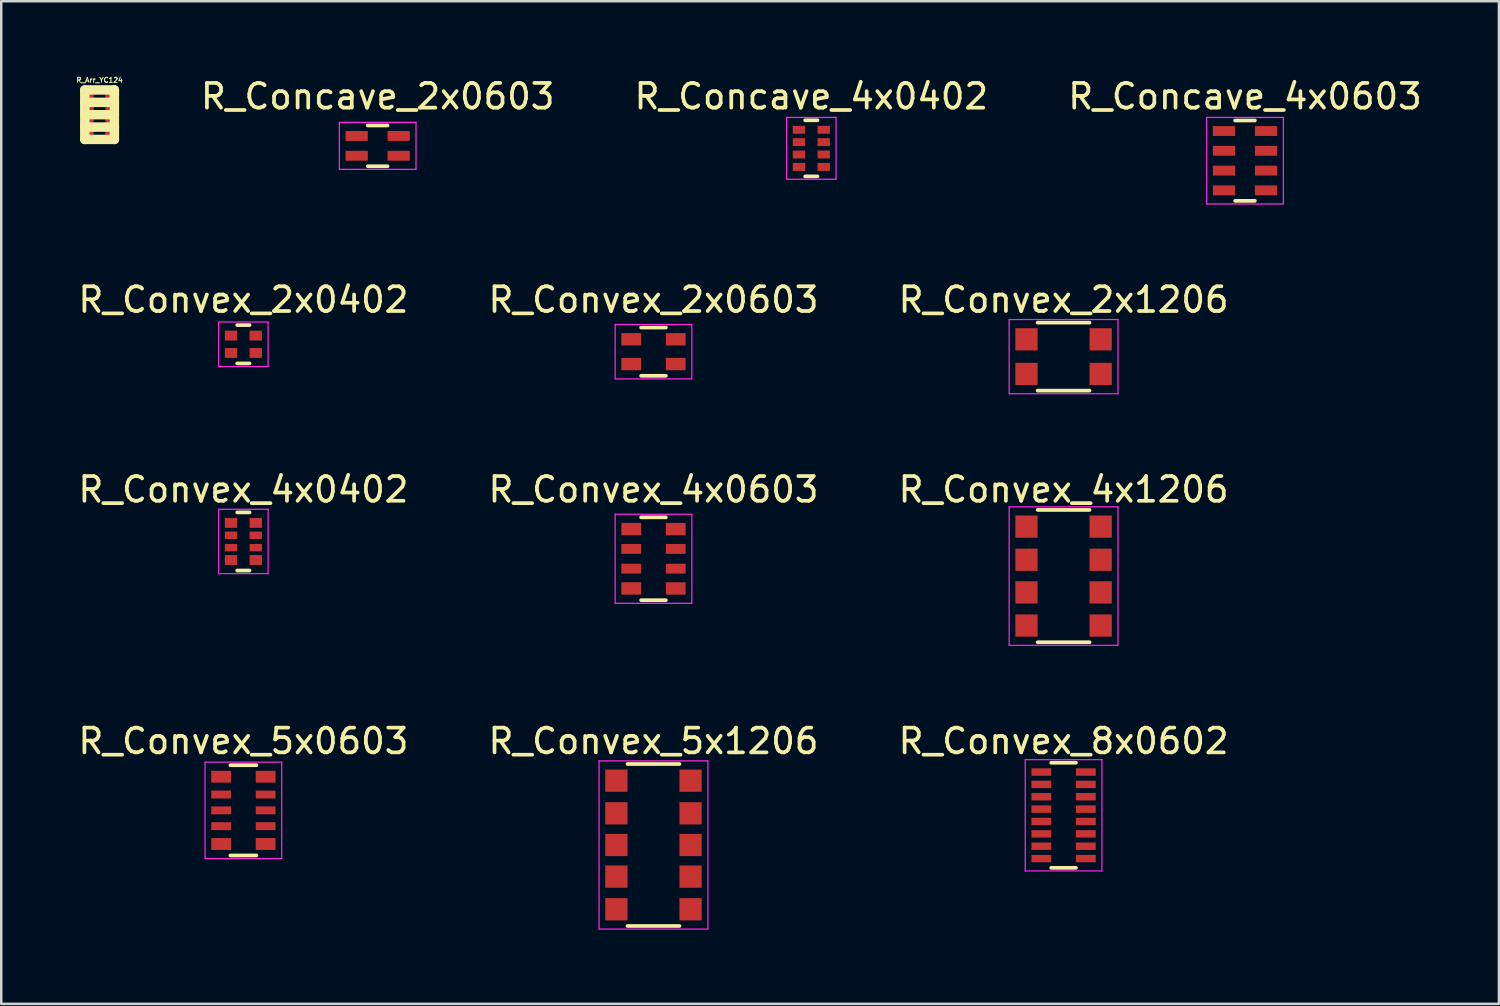
<source format=kicad_pcb>
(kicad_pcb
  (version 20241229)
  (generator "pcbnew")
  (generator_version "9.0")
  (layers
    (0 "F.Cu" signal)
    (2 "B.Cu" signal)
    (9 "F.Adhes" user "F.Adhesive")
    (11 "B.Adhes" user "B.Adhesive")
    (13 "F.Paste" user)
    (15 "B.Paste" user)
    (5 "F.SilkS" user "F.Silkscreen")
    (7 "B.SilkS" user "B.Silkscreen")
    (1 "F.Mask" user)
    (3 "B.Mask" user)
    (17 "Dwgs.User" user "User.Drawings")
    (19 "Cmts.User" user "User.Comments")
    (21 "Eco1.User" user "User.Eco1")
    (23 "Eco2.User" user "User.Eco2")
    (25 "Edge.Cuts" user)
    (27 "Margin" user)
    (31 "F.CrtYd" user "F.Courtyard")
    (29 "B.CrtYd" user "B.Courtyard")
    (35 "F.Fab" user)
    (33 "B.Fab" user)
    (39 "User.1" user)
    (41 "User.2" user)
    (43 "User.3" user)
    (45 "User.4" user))
  (footprint "R_Convex_5x0603"
    (layer "F.Cu")
    (at 6.792 29.718)
    (property "Reference" "R_Convex_5x0603" (at 0 -2.8 0) (layer "F.SilkS") (effects (font (size 1 1) (thickness 0.15))))
    (attr smd)
    (fp_line (start 0.525 -1.825) (end -0.525 -1.825) (stroke (width 0.15) (type solid)) (layer "F.SilkS"))
    (fp_line (start 0.525 1.825) (end -0.525 1.825) (stroke (width 0.15) (type solid)) (layer "F.SilkS"))
    (fp_line (start -1.55 -1.95) (end -1.55 1.95) (stroke (width 0.05) (type solid)) (layer "F.CrtYd"))
    (fp_line (start -1.55 -1.95) (end 1.55 -1.95) (stroke (width 0.05) (type solid)) (layer "F.CrtYd"))
    (fp_line (start -1.55 1.95) (end 1.55 1.95) (stroke (width 0.05) (type solid)) (layer "F.CrtYd"))
    (fp_line (start 1.55 -1.95) (end 1.55 1.95) (stroke (width 0.05) (type solid)) (layer "F.CrtYd"))
    (pad "1" smd rect (at -0.9 -1.36) (size 0.8 0.48) (layers "F.Cu" "F.Mask" "F.Paste"))
    (pad "2" smd rect (at -0.9 -0.64) (size 0.8 0.32) (layers "F.Cu" "F.Mask" "F.Paste"))
    (pad "3" smd rect (at -0.9 0) (size 0.8 0.32) (layers "F.Cu" "F.Mask" "F.Paste"))
    (pad "4" smd rect (at -0.9 0.64) (size 0.8 0.32) (layers "F.Cu" "F.Mask" "F.Paste"))
    (pad "5" smd rect (at -0.9 1.36) (size 0.8 0.48) (layers "F.Cu" "F.Mask" "F.Paste"))
    (pad "6" smd rect (at 0.9 1.36) (size 0.8 0.48) (layers "F.Cu" "F.Mask" "F.Paste"))
    (pad "7" smd rect (at 0.9 0.64) (size 0.8 0.32) (layers "F.Cu" "F.Mask" "F.Paste"))
    (pad "8" smd rect (at 0.9 0) (size 0.8 0.32) (layers "F.Cu" "F.Mask" "F.Paste"))
    (pad "9" smd rect (at 0.9 -0.64) (size 0.8 0.32) (layers "F.Cu" "F.Mask" "F.Paste"))
    (pad "10" smd rect (at 0.9 -1.36) (size 0.8 0.48) (layers "F.Cu" "F.Mask" "F.Paste")))
  (footprint "R_Arr_YC124"
    (layer "F.Cu")
    (at 0.977 1.588)
    (property "Reference" "R_Arr_YC124" (at 0 -1.4 0) (layer "F.SilkS") (effects (font (size 0.201 0.201) (thickness 0.041))))
    (attr through_hole)
    (fp_line (start -0.599 -1.001) (end 0.599 -1.001) (stroke (width 0.381) (type solid)) (layer "F.SilkS"))
    (fp_line (start -0.599 -0.5) (end 0.599 -0.5) (stroke (width 0.381) (type solid)) (layer "F.SilkS"))
    (fp_line (start -0.599 0) (end 0.599 0) (stroke (width 0.381) (type solid)) (layer "F.SilkS"))
    (fp_line (start -0.599 0.5) (end 0.599 0.5) (stroke (width 0.381) (type solid)) (layer "F.SilkS"))
    (fp_line (start -0.599 1.001) (end -0.599 -1.001) (stroke (width 0.381) (type solid)) (layer "F.SilkS"))
    (fp_line (start 0.599 -1.001) (end 0.599 1.001) (stroke (width 0.381) (type solid)) (layer "F.SilkS"))
    (fp_line (start 0.599 1.001) (end -0.599 1.001) (stroke (width 0.381) (type solid)) (layer "F.SilkS"))
    (pad "1" smd rect (at 0.45 0.8) (size 0.432 0.391) (layers "F.Cu" "F.Mask" "F.Paste"))
    (pad "2" smd rect (at 0.45 0.249) (size 0.432 0.279) (layers "F.Cu" "F.Mask" "F.Paste"))
    (pad "3" smd rect (at 0.45 -0.249) (size 0.432 0.279) (layers "F.Cu" "F.Mask" "F.Paste"))
    (pad "4" smd rect (at 0.45 -0.8) (size 0.432 0.391) (layers "F.Cu" "F.Mask" "F.Paste"))
    (pad "5" smd rect (at -0.45 -0.8) (size 0.432 0.391) (layers "F.Cu" "F.Mask" "F.Paste"))
    (pad "6" smd rect (at -0.45 -0.249) (size 0.432 0.279) (layers "F.Cu" "F.Mask" "F.Paste"))
    (pad "7" smd rect (at -0.45 0.249) (size 0.432 0.279) (layers "F.Cu" "F.Mask" "F.Paste"))
    (pad "8" smd rect (at -0.45 0.8) (size 0.432 0.391) (layers "F.Cu" "F.Mask" "F.Paste")))
  (footprint "R_Convex_5x1206"
    (layer "F.Cu")
    (at 23.375 31.118)
    (property "Reference" "R_Convex_5x1206" (at 0 -4.2 0) (layer "F.SilkS") (effects (font (size 1 1) (thickness 0.15))))
    (attr smd)
    (fp_line (start 1.05 -3.275) (end -1.05 -3.275) (stroke (width 0.15) (type solid)) (layer "F.SilkS"))
    (fp_line (start 1.05 3.275) (end -1.05 3.275) (stroke (width 0.15) (type solid)) (layer "F.SilkS"))
    (fp_line (start -2.2 -3.4) (end -2.2 3.4) (stroke (width 0.05) (type solid)) (layer "F.CrtYd"))
    (fp_line (start -2.2 -3.4) (end 2.2 -3.4) (stroke (width 0.05) (type solid)) (layer "F.CrtYd"))
    (fp_line (start -2.2 3.4) (end 2.2 3.4) (stroke (width 0.05) (type solid)) (layer "F.CrtYd"))
    (fp_line (start 2.2 -3.4) (end 2.2 3.4) (stroke (width 0.05) (type solid)) (layer "F.CrtYd"))
    (pad "1" smd rect (at -1.5 -2.6) (size 0.9 0.9) (layers "F.Cu" "F.Mask" "F.Paste"))
    (pad "2" smd rect (at -1.5 -1.28) (size 0.9 0.9) (layers "F.Cu" "F.Mask" "F.Paste"))
    (pad "3" smd rect (at -1.5 0) (size 0.9 0.9) (layers "F.Cu" "F.Mask" "F.Paste"))
    (pad "4" smd rect (at -1.5 1.28) (size 0.9 0.9) (layers "F.Cu" "F.Mask" "F.Paste"))
    (pad "5" smd rect (at -1.5 2.6) (size 0.9 0.9) (layers "F.Cu" "F.Mask" "F.Paste"))
    (pad "6" smd rect (at 1.5 2.6) (size 0.9 0.9) (layers "F.Cu" "F.Mask" "F.Paste"))
    (pad "7" smd rect (at 1.5 1.28) (size 0.9 0.9) (layers "F.Cu" "F.Mask" "F.Paste"))
    (pad "8" smd rect (at 1.5 0) (size 0.9 0.9) (layers "F.Cu" "F.Mask" "F.Paste"))
    (pad "9" smd rect (at 1.5 -1.28) (size 0.9 0.9) (layers "F.Cu" "F.Mask" "F.Paste"))
    (pad "10" smd rect (at 1.5 -2.6) (size 0.9 0.9) (layers "F.Cu" "F.Mask" "F.Paste")))
  (footprint "R_Convex_2x0402"
    (layer "F.Cu")
    (at 6.792 10.871)
    (property "Reference" "R_Convex_2x0402" (at 0 -1.8 0) (layer "F.SilkS") (effects (font (size 1 1) (thickness 0.15))))
    (attr smd)
    (fp_line (start 0.25 -0.775) (end -0.25 -0.775) (stroke (width 0.15) (type solid)) (layer "F.SilkS"))
    (fp_line (start 0.25 0.775) (end -0.25 0.775) (stroke (width 0.15) (type solid)) (layer "F.SilkS"))
    (fp_line (start -1 -0.9) (end -1 0.9) (stroke (width 0.05) (type solid)) (layer "F.CrtYd"))
    (fp_line (start -1 -0.9) (end 1 -0.9) (stroke (width 0.05) (type solid)) (layer "F.CrtYd"))
    (fp_line (start -1 0.9) (end 1 0.9) (stroke (width 0.05) (type solid)) (layer "F.CrtYd"))
    (fp_line (start 1 -0.9) (end 1 0.9) (stroke (width 0.05) (type solid)) (layer "F.CrtYd"))
    (pad "1" smd rect (at -0.5 -0.35) (size 0.5 0.4) (layers "F.Cu" "F.Mask" "F.Paste"))
    (pad "2" smd rect (at -0.5 0.35) (size 0.5 0.4) (layers "F.Cu" "F.Mask" "F.Paste"))
    (pad "3" smd rect (at 0.5 0.35) (size 0.5 0.4) (layers "F.Cu" "F.Mask" "F.Paste"))
    (pad "4" smd rect (at 0.5 -0.35) (size 0.5 0.4) (layers "F.Cu" "F.Mask" "F.Paste")))
  (footprint "R_Concave_4x0402"
    (layer "F.Cu")
    (at 29.758 2.948)
    (property "Reference" "R_Concave_4x0402" (at 0 -2.1 0) (layer "F.SilkS") (effects (font (size 1 1) (thickness 0.15))))
    (attr smd)
    (fp_line (start 0.25 -1.135) (end -0.25 -1.135) (stroke (width 0.15) (type solid)) (layer "F.SilkS"))
    (fp_line (start 0.25 1.135) (end -0.25 1.135) (stroke (width 0.15) (type solid)) (layer "F.SilkS"))
    (fp_line (start -1 -1.25) (end -1 1.25) (stroke (width 0.05) (type solid)) (layer "F.CrtYd"))
    (fp_line (start -1 -1.25) (end 1 -1.25) (stroke (width 0.05) (type solid)) (layer "F.CrtYd"))
    (fp_line (start -1 1.25) (end 1 1.25) (stroke (width 0.05) (type solid)) (layer "F.CrtYd"))
    (fp_line (start 1 -1.25) (end 1 1.25) (stroke (width 0.05) (type solid)) (layer "F.CrtYd"))
    (pad "1" smd rect (at -0.5 -0.75) (size 0.5 0.32) (layers "F.Cu" "F.Mask" "F.Paste"))
    (pad "2" smd rect (at -0.5 -0.25) (size 0.5 0.32) (layers "F.Cu" "F.Mask" "F.Paste"))
    (pad "3" smd rect (at -0.5 0.25) (size 0.5 0.32) (layers "F.Cu" "F.Mask" "F.Paste"))
    (pad "4" smd rect (at -0.5 0.75) (size 0.5 0.32) (layers "F.Cu" "F.Mask" "F.Paste"))
    (pad "5" smd rect (at 0.5 0.75) (size 0.5 0.32) (layers "F.Cu" "F.Mask" "F.Paste"))
    (pad "6" smd rect (at 0.5 0.25) (size 0.5 0.32) (layers "F.Cu" "F.Mask" "F.Paste"))
    (pad "7" smd rect (at 0.5 -0.25) (size 0.5 0.32) (layers "F.Cu" "F.Mask" "F.Paste"))
    (pad "8" smd rect (at 0.5 -0.75) (size 0.5 0.32) (layers "F.Cu" "F.Mask" "F.Paste")))
  (footprint "R_Convex_4x0402"
    (layer "F.Cu")
    (at 6.792 18.845)
    (property "Reference" "R_Convex_4x0402" (at 0 -2.1 0) (layer "F.SilkS") (effects (font (size 1 1) (thickness 0.15))))
    (attr smd)
    (fp_line (start 0.25 -1.175) (end -0.25 -1.175) (stroke (width 0.15) (type solid)) (layer "F.SilkS"))
    (fp_line (start 0.25 1.175) (end -0.25 1.175) (stroke (width 0.15) (type solid)) (layer "F.SilkS"))
    (fp_line (start -1 -1.3) (end -1 1.3) (stroke (width 0.05) (type solid)) (layer "F.CrtYd"))
    (fp_line (start -1 -1.3) (end 1 -1.3) (stroke (width 0.05) (type solid)) (layer "F.CrtYd"))
    (fp_line (start -1 1.3) (end 1 1.3) (stroke (width 0.05) (type solid)) (layer "F.CrtYd"))
    (fp_line (start 1 -1.3) (end 1 1.3) (stroke (width 0.05) (type solid)) (layer "F.CrtYd"))
    (pad "1" smd rect (at -0.5 -0.75) (size 0.5 0.4) (layers "F.Cu" "F.Mask" "F.Paste"))
    (pad "2" smd rect (at -0.5 -0.25) (size 0.5 0.3) (layers "F.Cu" "F.Mask" "F.Paste"))
    (pad "3" smd rect (at -0.5 0.25) (size 0.5 0.3) (layers "F.Cu" "F.Mask" "F.Paste"))
    (pad "4" smd rect (at -0.5 0.75) (size 0.5 0.4) (layers "F.Cu" "F.Mask" "F.Paste"))
    (pad "5" smd rect (at 0.5 0.75) (size 0.5 0.4) (layers "F.Cu" "F.Mask" "F.Paste"))
    (pad "6" smd rect (at 0.5 0.25) (size 0.5 0.3) (layers "F.Cu" "F.Mask" "F.Paste"))
    (pad "7" smd rect (at 0.5 -0.25) (size 0.5 0.3) (layers "F.Cu" "F.Mask" "F.Paste"))
    (pad "8" smd rect (at 0.5 -0.75) (size 0.5 0.4) (layers "F.Cu" "F.Mask" "F.Paste")))
  (footprint "R_Convex_8x0602"
    (layer "F.Cu")
    (at 39.958 29.918)
    (property "Reference" "R_Convex_8x0602" (at 0 -3 0) (layer "F.SilkS") (effects (font (size 1 1) (thickness 0.15))))
    (attr smd)
    (fp_line (start 0.5 -2.125) (end -0.5 -2.125) (stroke (width 0.15) (type solid)) (layer "F.SilkS"))
    (fp_line (start 0.5 2.125) (end -0.5 2.125) (stroke (width 0.15) (type solid)) (layer "F.SilkS"))
    (fp_line (start -1.55 -2.25) (end -1.55 2.25) (stroke (width 0.05) (type solid)) (layer "F.CrtYd"))
    (fp_line (start -1.55 -2.25) (end 1.55 -2.25) (stroke (width 0.05) (type solid)) (layer "F.CrtYd"))
    (fp_line (start -1.55 2.25) (end 1.55 2.25) (stroke (width 0.05) (type solid)) (layer "F.CrtYd"))
    (fp_line (start 1.55 -2.25) (end 1.55 2.25) (stroke (width 0.05) (type solid)) (layer "F.CrtYd"))
    (pad "1" smd rect (at -0.9 -1.75) (size 0.8 0.3) (layers "F.Cu" "F.Mask" "F.Paste"))
    (pad "2" smd rect (at -0.9 -1.25) (size 0.8 0.3) (layers "F.Cu" "F.Mask" "F.Paste"))
    (pad "3" smd rect (at -0.9 -0.75) (size 0.8 0.3) (layers "F.Cu" "F.Mask" "F.Paste"))
    (pad "4" smd rect (at -0.9 -0.25) (size 0.8 0.3) (layers "F.Cu" "F.Mask" "F.Paste"))
    (pad "5" smd rect (at -0.9 0.25) (size 0.8 0.3) (layers "F.Cu" "F.Mask" "F.Paste"))
    (pad "6" smd rect (at -0.9 0.75) (size 0.8 0.3) (layers "F.Cu" "F.Mask" "F.Paste"))
    (pad "7" smd rect (at -0.9 1.25) (size 0.8 0.3) (layers "F.Cu" "F.Mask" "F.Paste"))
    (pad "8" smd rect (at -0.9 1.75) (size 0.8 0.3) (layers "F.Cu" "F.Mask" "F.Paste"))
    (pad "9" smd rect (at 0.9 1.75) (size 0.8 0.3) (layers "F.Cu" "F.Mask" "F.Paste"))
    (pad "10" smd rect (at 0.9 1.25) (size 0.8 0.3) (layers "F.Cu" "F.Mask" "F.Paste"))
    (pad "11" smd rect (at 0.9 0.75) (size 0.8 0.3) (layers "F.Cu" "F.Mask" "F.Paste"))
    (pad "12" smd rect (at 0.9 0.25) (size 0.8 0.3) (layers "F.Cu" "F.Mask" "F.Paste"))
    (pad "13" smd rect (at 0.9 -0.25) (size 0.8 0.3) (layers "F.Cu" "F.Mask" "F.Paste"))
    (pad "14" smd rect (at 0.9 -0.75) (size 0.8 0.3) (layers "F.Cu" "F.Mask" "F.Paste"))
    (pad "15" smd rect (at 0.9 -1.25) (size 0.8 0.3) (layers "F.Cu" "F.Mask" "F.Paste"))
    (pad "16" smd rect (at 0.9 -1.75) (size 0.8 0.3) (layers "F.Cu" "F.Mask" "F.Paste")))
  (footprint "R_Concave_4x0603"
    (layer "F.Cu")
    (at 47.294 3.448)
    (property "Reference" "R_Concave_4x0603" (at 0 -2.6 0) (layer "F.SilkS") (effects (font (size 1 1) (thickness 0.15))))
    (attr smd)
    (fp_line (start 0.4 -1.625) (end -0.4 -1.625) (stroke (width 0.15) (type solid)) (layer "F.SilkS"))
    (fp_line (start 0.4 1.625) (end -0.4 1.625) (stroke (width 0.15) (type solid)) (layer "F.SilkS"))
    (fp_line (start -1.55 -1.75) (end -1.55 1.75) (stroke (width 0.05) (type solid)) (layer "F.CrtYd"))
    (fp_line (start -1.55 -1.75) (end 1.55 -1.75) (stroke (width 0.05) (type solid)) (layer "F.CrtYd"))
    (fp_line (start -1.55 1.75) (end 1.55 1.75) (stroke (width 0.05) (type solid)) (layer "F.CrtYd"))
    (fp_line (start 1.55 -1.75) (end 1.55 1.75) (stroke (width 0.05) (type solid)) (layer "F.CrtYd"))
    (pad "1" smd rect (at -0.85 -1.2) (size 0.9 0.4) (layers "F.Cu" "F.Mask" "F.Paste"))
    (pad "2" smd rect (at -0.85 -0.4) (size 0.9 0.4) (layers "F.Cu" "F.Mask" "F.Paste"))
    (pad "3" smd rect (at -0.85 0.4) (size 0.9 0.4) (layers "F.Cu" "F.Mask" "F.Paste"))
    (pad "4" smd rect (at -0.85 1.2) (size 0.9 0.4) (layers "F.Cu" "F.Mask" "F.Paste"))
    (pad "5" smd rect (at 0.85 1.2) (size 0.9 0.4) (layers "F.Cu" "F.Mask" "F.Paste"))
    (pad "6" smd rect (at 0.85 0.4) (size 0.9 0.4) (layers "F.Cu" "F.Mask" "F.Paste"))
    (pad "7" smd rect (at 0.85 -0.4) (size 0.9 0.4) (layers "F.Cu" "F.Mask" "F.Paste"))
    (pad "8" smd rect (at 0.85 -1.2) (size 0.9 0.4) (layers "F.Cu" "F.Mask" "F.Paste")))
  (footprint "R_Convex_2x0603"
    (layer "F.Cu")
    (at 23.375 11.171)
    (property "Reference" "R_Convex_2x0603" (at 0 -2.1 0) (layer "F.SilkS") (effects (font (size 1 1) (thickness 0.15))))
    (attr smd)
    (fp_line (start 0.5 -0.975) (end -0.5 -0.975) (stroke (width 0.15) (type solid)) (layer "F.SilkS"))
    (fp_line (start 0.5 0.975) (end -0.5 0.975) (stroke (width 0.15) (type solid)) (layer "F.SilkS"))
    (fp_line (start -1.55 -1.1) (end -1.55 1.1) (stroke (width 0.05) (type solid)) (layer "F.CrtYd"))
    (fp_line (start -1.55 -1.1) (end 1.55 -1.1) (stroke (width 0.05) (type solid)) (layer "F.CrtYd"))
    (fp_line (start -1.55 1.1) (end 1.55 1.1) (stroke (width 0.05) (type solid)) (layer "F.CrtYd"))
    (fp_line (start 1.55 -1.1) (end 1.55 1.1) (stroke (width 0.05) (type solid)) (layer "F.CrtYd"))
    (pad "1" smd rect (at -0.9 -0.5) (size 0.8 0.5) (layers "F.Cu" "F.Mask" "F.Paste"))
    (pad "2" smd rect (at -0.9 0.5) (size 0.8 0.5) (layers "F.Cu" "F.Mask" "F.Paste"))
    (pad "3" smd rect (at 0.9 0.5) (size 0.8 0.5) (layers "F.Cu" "F.Mask" "F.Paste"))
    (pad "4" smd rect (at 0.9 -0.5) (size 0.8 0.5) (layers "F.Cu" "F.Mask" "F.Paste")))
  (footprint "R_Convex_4x0603"
    (layer "F.Cu")
    (at 23.375 19.545)
    (property "Reference" "R_Convex_4x0603" (at 0 -2.8 0) (layer "F.SilkS") (effects (font (size 1 1) (thickness 0.15))))
    (attr smd)
    (fp_line (start 0.5 -1.675) (end -0.5 -1.675) (stroke (width 0.15) (type solid)) (layer "F.SilkS"))
    (fp_line (start 0.5 1.675) (end -0.5 1.675) (stroke (width 0.15) (type solid)) (layer "F.SilkS"))
    (fp_line (start -1.55 -1.8) (end -1.55 1.8) (stroke (width 0.05) (type solid)) (layer "F.CrtYd"))
    (fp_line (start -1.55 -1.8) (end 1.55 -1.8) (stroke (width 0.05) (type solid)) (layer "F.CrtYd"))
    (fp_line (start -1.55 1.8) (end 1.55 1.8) (stroke (width 0.05) (type solid)) (layer "F.CrtYd"))
    (fp_line (start 1.55 -1.8) (end 1.55 1.8) (stroke (width 0.05) (type solid)) (layer "F.CrtYd"))
    (pad "1" smd rect (at -0.9 -1.2) (size 0.8 0.5) (layers "F.Cu" "F.Mask" "F.Paste"))
    (pad "2" smd rect (at -0.9 -0.4) (size 0.8 0.4) (layers "F.Cu" "F.Mask" "F.Paste"))
    (pad "3" smd rect (at -0.9 0.4) (size 0.8 0.4) (layers "F.Cu" "F.Mask" "F.Paste"))
    (pad "4" smd rect (at -0.9 1.2) (size 0.8 0.5) (layers "F.Cu" "F.Mask" "F.Paste"))
    (pad "5" smd rect (at 0.9 1.2) (size 0.8 0.5) (layers "F.Cu" "F.Mask" "F.Paste"))
    (pad "6" smd rect (at 0.9 0.4) (size 0.8 0.4) (layers "F.Cu" "F.Mask" "F.Paste"))
    (pad "7" smd rect (at 0.9 -0.4) (size 0.8 0.4) (layers "F.Cu" "F.Mask" "F.Paste"))
    (pad "8" smd rect (at 0.9 -1.2) (size 0.8 0.5) (layers "F.Cu" "F.Mask" "F.Paste")))
  (footprint "R_Convex_2x1206"
    (layer "F.Cu")
    (at 39.958 11.371)
    (property "Reference" "R_Convex_2x1206" (at 0 -2.3 0) (layer "F.SilkS") (effects (font (size 1 1) (thickness 0.15))))
    (attr smd)
    (fp_line (start 1.05 -1.375) (end -1.05 -1.375) (stroke (width 0.15) (type solid)) (layer "F.SilkS"))
    (fp_line (start 1.05 1.375) (end -1.05 1.375) (stroke (width 0.15) (type solid)) (layer "F.SilkS"))
    (fp_line (start -2.2 -1.5) (end -2.2 1.5) (stroke (width 0.05) (type solid)) (layer "F.CrtYd"))
    (fp_line (start -2.2 -1.5) (end 2.2 -1.5) (stroke (width 0.05) (type solid)) (layer "F.CrtYd"))
    (fp_line (start -2.2 1.5) (end 2.2 1.5) (stroke (width 0.05) (type solid)) (layer "F.CrtYd"))
    (fp_line (start 2.2 -1.5) (end 2.2 1.5) (stroke (width 0.05) (type solid)) (layer "F.CrtYd"))
    (pad "1" smd rect (at -1.5 -0.7) (size 0.9 0.9) (layers "F.Cu" "F.Mask" "F.Paste"))
    (pad "2" smd rect (at -1.5 0.7) (size 0.9 0.9) (layers "F.Cu" "F.Mask" "F.Paste"))
    (pad "3" smd rect (at 1.5 0.7) (size 0.9 0.9) (layers "F.Cu" "F.Mask" "F.Paste"))
    (pad "4" smd rect (at 1.5 -0.7) (size 0.9 0.9) (layers "F.Cu" "F.Mask" "F.Paste")))
  (footprint "R_Concave_2x0603"
    (layer "F.Cu")
    (at 12.222 2.848)
    (property "Reference" "R_Concave_2x0603" (at 0 -2 0) (layer "F.SilkS") (effects (font (size 1 1) (thickness 0.15))))
    (attr smd)
    (fp_line (start 0.4 -0.825) (end -0.4 -0.825) (stroke (width 0.15) (type solid)) (layer "F.SilkS"))
    (fp_line (start 0.4 0.825) (end -0.4 0.825) (stroke (width 0.15) (type solid)) (layer "F.SilkS"))
    (fp_line (start -1.55 -0.95) (end -1.55 0.95) (stroke (width 0.05) (type solid)) (layer "F.CrtYd"))
    (fp_line (start -1.55 -0.95) (end 1.55 -0.95) (stroke (width 0.05) (type solid)) (layer "F.CrtYd"))
    (fp_line (start -1.55 0.95) (end 1.55 0.95) (stroke (width 0.05) (type solid)) (layer "F.CrtYd"))
    (fp_line (start 1.55 -0.95) (end 1.55 0.95) (stroke (width 0.05) (type solid)) (layer "F.CrtYd"))
    (pad "1" smd rect (at -0.85 -0.4) (size 0.9 0.4) (layers "F.Cu" "F.Mask" "F.Paste"))
    (pad "2" smd rect (at -0.85 0.4) (size 0.9 0.4) (layers "F.Cu" "F.Mask" "F.Paste"))
    (pad "3" smd rect (at 0.85 0.4) (size 0.9 0.4) (layers "F.Cu" "F.Mask" "F.Paste"))
    (pad "4" smd rect (at 0.85 -0.4) (size 0.9 0.4) (layers "F.Cu" "F.Mask" "F.Paste")))
  (footprint "R_Convex_4x1206"
    (layer "F.Cu")
    (at 39.958 20.245)
    (property "Reference" "R_Convex_4x1206" (at 0 -3.5 0) (layer "F.SilkS") (effects (font (size 1 1) (thickness 0.15))))
    (attr smd)
    (fp_line (start 1.05 -2.675) (end -1.05 -2.675) (stroke (width 0.15) (type solid)) (layer "F.SilkS"))
    (fp_line (start 1.05 2.675) (end -1.05 2.675) (stroke (width 0.15) (type solid)) (layer "F.SilkS"))
    (fp_line (start -2.2 -2.8) (end -2.2 2.8) (stroke (width 0.05) (type solid)) (layer "F.CrtYd"))
    (fp_line (start -2.2 -2.8) (end 2.2 -2.8) (stroke (width 0.05) (type solid)) (layer "F.CrtYd"))
    (fp_line (start -2.2 2.8) (end 2.2 2.8) (stroke (width 0.05) (type solid)) (layer "F.CrtYd"))
    (fp_line (start 2.2 -2.8) (end 2.2 2.8) (stroke (width 0.05) (type solid)) (layer "F.CrtYd"))
    (pad "1" smd rect (at -1.5 -2) (size 0.9 0.9) (layers "F.Cu" "F.Mask" "F.Paste"))
    (pad "2" smd rect (at -1.5 -0.66) (size 0.9 0.9) (layers "F.Cu" "F.Mask" "F.Paste"))
    (pad "3" smd rect (at -1.5 0.66) (size 0.9 0.9) (layers "F.Cu" "F.Mask" "F.Paste"))
    (pad "4" smd rect (at -1.5 2) (size 0.9 0.9) (layers "F.Cu" "F.Mask" "F.Paste"))
    (pad "5" smd rect (at 1.5 2) (size 0.9 0.9) (layers "F.Cu" "F.Mask" "F.Paste"))
    (pad "6" smd rect (at 1.5 0.66) (size 0.9 0.9) (layers "F.Cu" "F.Mask" "F.Paste"))
    (pad "7" smd rect (at 1.5 -0.66) (size 0.9 0.9) (layers "F.Cu" "F.Mask" "F.Paste"))
    (pad "8" smd rect (at 1.5 -2) (size 0.9 0.9) (layers "F.Cu" "F.Mask" "F.Paste")))
  (gr_rect
    (start -3 -3)
    (end 57.562 37.543)
    (stroke (width 0.1) (type default))
    (fill no)
    (layer "Edge.Cuts")))
</source>
